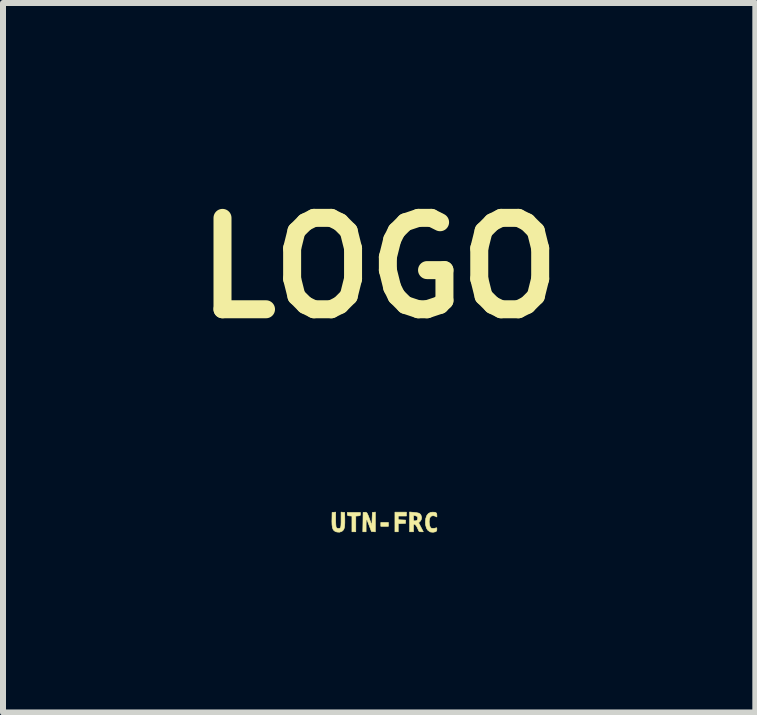
<source format=kicad_pcb>
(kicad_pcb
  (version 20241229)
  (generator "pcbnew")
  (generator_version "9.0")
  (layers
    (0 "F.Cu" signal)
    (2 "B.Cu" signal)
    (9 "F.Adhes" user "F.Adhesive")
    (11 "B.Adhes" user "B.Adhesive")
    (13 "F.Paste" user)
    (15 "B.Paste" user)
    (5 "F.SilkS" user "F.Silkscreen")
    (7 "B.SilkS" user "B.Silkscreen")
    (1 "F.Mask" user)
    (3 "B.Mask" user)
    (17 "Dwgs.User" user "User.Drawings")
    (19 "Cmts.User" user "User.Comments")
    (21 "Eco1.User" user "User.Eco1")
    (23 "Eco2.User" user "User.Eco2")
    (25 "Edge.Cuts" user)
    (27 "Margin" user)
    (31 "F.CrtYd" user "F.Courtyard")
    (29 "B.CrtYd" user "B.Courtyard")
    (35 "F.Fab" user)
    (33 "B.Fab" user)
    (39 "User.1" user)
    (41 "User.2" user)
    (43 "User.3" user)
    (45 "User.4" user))
  (footprint "LOGO"
    (layer "F.Cu")
    (at 3.273 1.418)
    (property "Reference" "LOGO" (at 0 0 0) (layer "F.SilkS") (effects (font (size 1.524 1.524) (thickness 0.3))))
    (attr through_hole)
    (fp_poly (pts (xy 0.154 4.309) (xy 0.027 4.309) (xy 0.027 4.245) (xy 0.154 4.245) (xy 0.154 4.309)) (stroke (width 0.01) (type solid)) (fill yes) (layer "F.SilkS"))
    (fp_poly (pts (xy 0.454 4.137) (xy 0.318 4.137) (xy 0.318 4.199) (xy 0.379 4.202) (xy 0.44 4.205) (xy 0.44 4.259) (xy 0.318 4.264) (xy 0.318 4.4) (xy 0.263 4.4) (xy 0.263 4.073) (xy 0.454 4.073) (xy 0.454 4.137)) (stroke (width 0.01) (type solid)) (fill yes) (layer "F.SilkS"))
    (fp_poly (pts (xy -0.313 4.105) (xy -0.314 4.122) (xy -0.322 4.13) (xy -0.341 4.134) (xy -0.352 4.135) (xy -0.39 4.138) (xy -0.39 4.4) (xy -0.454 4.4) (xy -0.454 4.138) (xy -0.492 4.135) (xy -0.516 4.132) (xy -0.527 4.126) (xy -0.531 4.112) (xy -0.531 4.105) (xy -0.531 4.078) (xy -0.313 4.078) (xy -0.313 4.105)) (stroke (width 0.01) (type solid)) (fill yes) (layer "F.SilkS"))
    (fp_poly (pts (xy -0.064 4.401) (xy -0.096 4.398) (xy -0.129 4.395) (xy -0.167 4.294) (xy -0.182 4.254) (xy -0.195 4.22) (xy -0.206 4.196) (xy -0.211 4.186) (xy -0.214 4.191) (xy -0.216 4.212) (xy -0.217 4.245) (xy -0.218 4.286) (xy -0.218 4.289) (xy -0.218 4.4) (xy -0.273 4.4) (xy -0.27 4.239) (xy -0.268 4.078) (xy -0.239 4.075) (xy -0.225 4.074) (xy -0.214 4.078) (xy -0.203 4.088) (xy -0.193 4.106) (xy -0.18 4.136) (xy -0.164 4.179) (xy -0.153 4.209) (xy -0.122 4.295) (xy -0.118 4.186) (xy -0.113 4.078) (xy -0.088 4.075) (xy -0.064 4.072) (xy -0.064 4.401)) (stroke (width 0.01) (type solid)) (fill yes) (layer "F.SilkS"))
    (fp_poly (pts (xy -0.606 4.075) (xy -0.576 4.078) (xy -0.573 4.189) (xy -0.573 4.253) (xy -0.576 4.302) (xy -0.582 4.338) (xy -0.593 4.364) (xy -0.608 4.382) (xy -0.62 4.391) (xy -0.661 4.407) (xy -0.704 4.404) (xy -0.735 4.393) (xy -0.755 4.378) (xy -0.77 4.357) (xy -0.78 4.326) (xy -0.786 4.284) (xy -0.788 4.227) (xy -0.787 4.186) (xy -0.785 4.078) (xy -0.755 4.075) (xy -0.726 4.072) (xy -0.726 4.191) (xy -0.725 4.237) (xy -0.723 4.278) (xy -0.72 4.309) (xy -0.717 4.327) (xy -0.716 4.328) (xy -0.7 4.341) (xy -0.677 4.345) (xy -0.653 4.34) (xy -0.646 4.334) (xy -0.641 4.321) (xy -0.637 4.291) (xy -0.635 4.244) (xy -0.635 4.198) (xy -0.635 4.072) (xy -0.606 4.075)) (stroke (width 0.01) (type solid)) (fill yes) (layer "F.SilkS"))
    (fp_poly (pts (xy 0.927 4.075) (xy 0.948 4.082) (xy 0.959 4.096) (xy 0.962 4.119) (xy 0.962 4.153) (xy 0.933 4.139) (xy 0.9 4.131) (xy 0.87 4.138) (xy 0.848 4.161) (xy 0.846 4.164) (xy 0.837 4.195) (xy 0.834 4.233) (xy 0.837 4.272) (xy 0.845 4.307) (xy 0.859 4.332) (xy 0.865 4.338) (xy 0.886 4.344) (xy 0.914 4.344) (xy 0.94 4.338) (xy 0.944 4.336) (xy 0.956 4.332) (xy 0.961 4.338) (xy 0.962 4.359) (xy 0.959 4.382) (xy 0.948 4.395) (xy 0.938 4.4) (xy 0.899 4.408) (xy 0.859 4.404) (xy 0.848 4.4) (xy 0.813 4.376) (xy 0.788 4.337) (xy 0.774 4.285) (xy 0.771 4.238) (xy 0.777 4.178) (xy 0.794 4.13) (xy 0.821 4.096) (xy 0.857 4.077) (xy 0.891 4.073) (xy 0.927 4.075)) (stroke (width 0.01) (type solid)) (fill yes) (layer "F.SilkS"))
    (fp_poly (pts (xy 0.581 4.077) (xy 0.627 4.082) (xy 0.659 4.089) (xy 0.68 4.101) (xy 0.694 4.118) (xy 0.698 4.125) (xy 0.708 4.165) (xy 0.7 4.201) (xy 0.683 4.226) (xy 0.658 4.25) (xy 0.697 4.325) (xy 0.736 4.4) (xy 0.7 4.4) (xy 0.678 4.398) (xy 0.665 4.392) (xy 0.655 4.375) (xy 0.649 4.359) (xy 0.632 4.322) (xy 0.613 4.293) (xy 0.595 4.276) (xy 0.584 4.273) (xy 0.577 4.277) (xy 0.573 4.292) (xy 0.572 4.321) (xy 0.572 4.336) (xy 0.572 4.4) (xy 0.508 4.4) (xy 0.508 4.172) (xy 0.572 4.172) (xy 0.572 4.199) (xy 0.576 4.213) (xy 0.585 4.218) (xy 0.597 4.218) (xy 0.62 4.215) (xy 0.633 4.207) (xy 0.643 4.187) (xy 0.642 4.162) (xy 0.637 4.148) (xy 0.623 4.139) (xy 0.601 4.131) (xy 0.601 4.131) (xy 0.572 4.125) (xy 0.572 4.172) (xy 0.508 4.172) (xy 0.508 4.07) (xy 0.581 4.077)) (stroke (width 0.01) (type solid)) (fill yes) (layer "F.SilkS")))
  (gr_rect
    (start -3 -3)
    (end 9.546 8.831)
    (stroke (width 0.1) (type default))
    (fill no)
    (layer "Edge.Cuts")))
</source>
